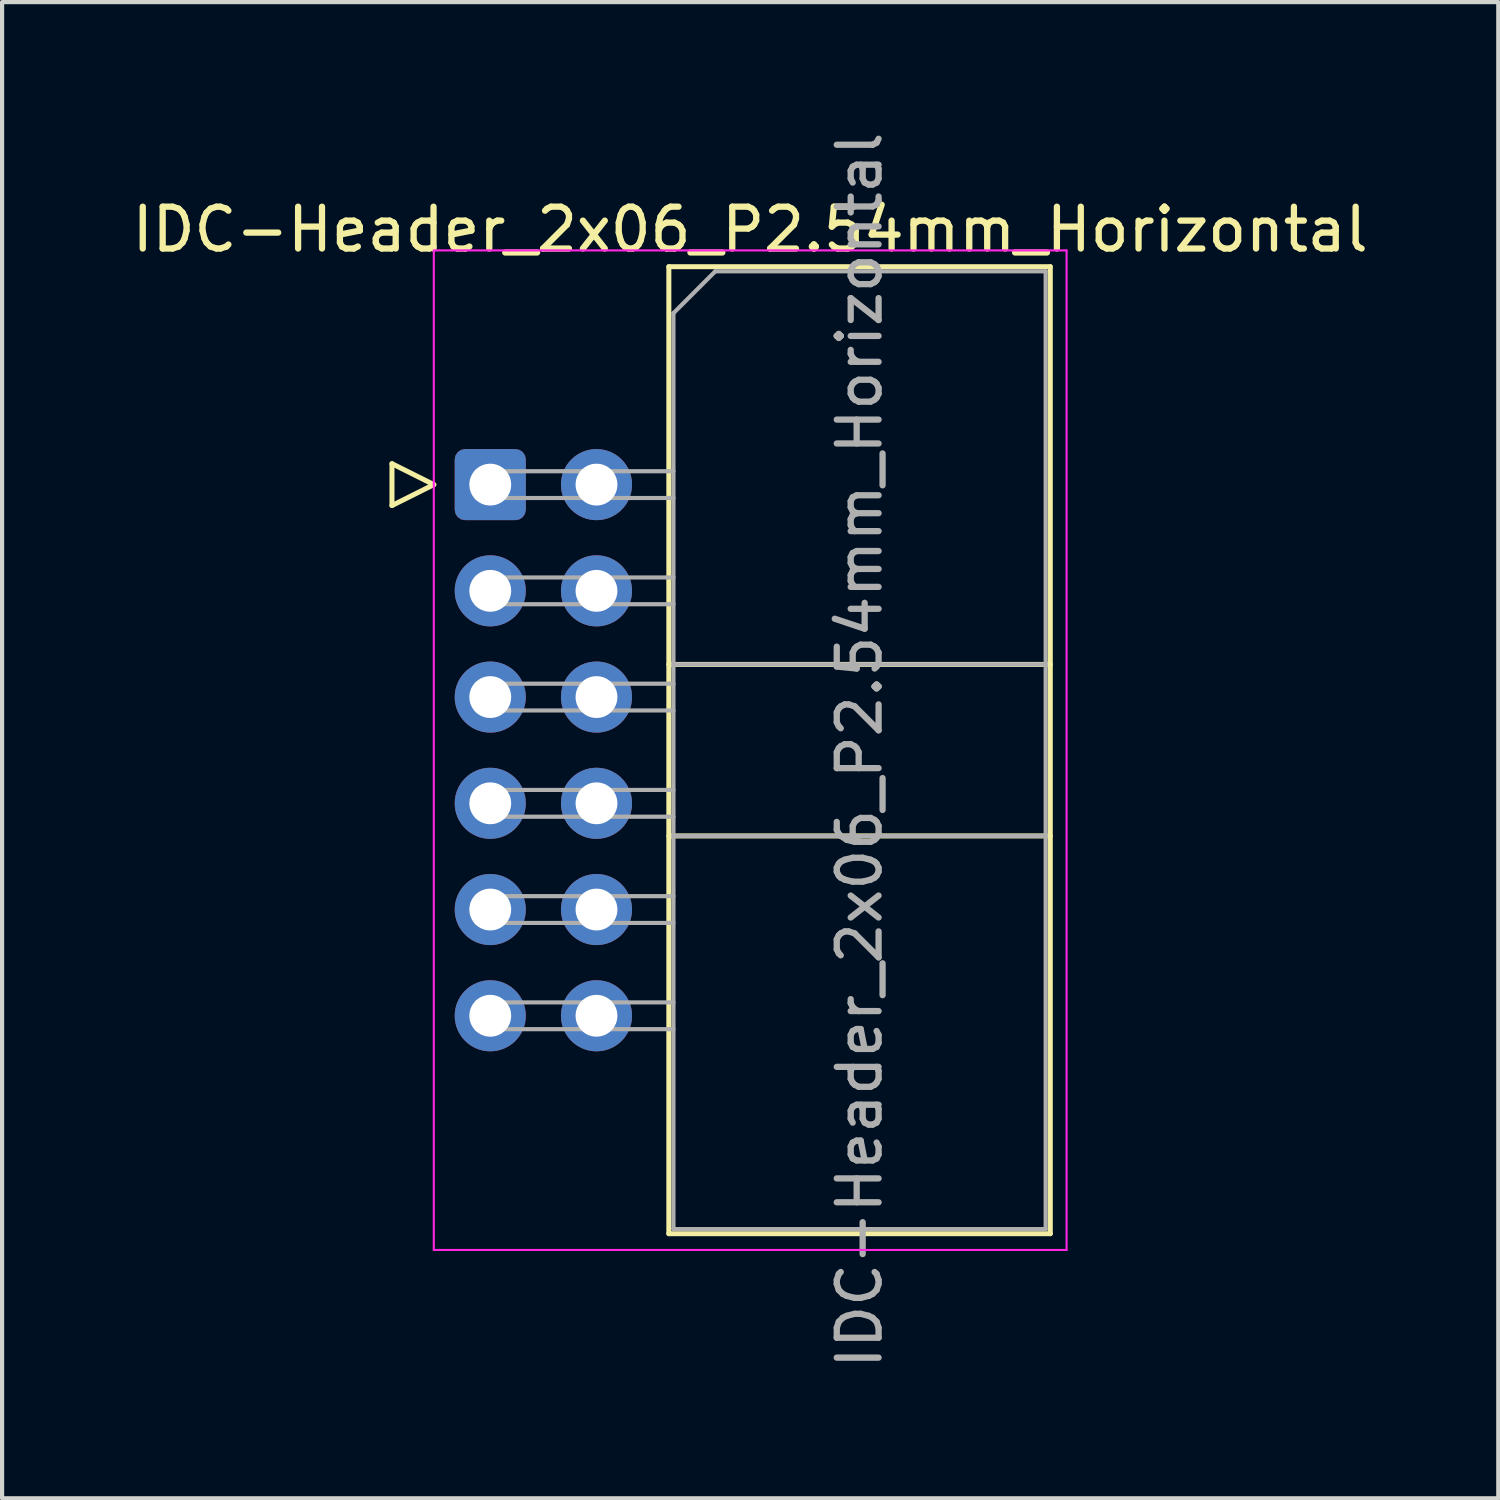
<source format=kicad_pcb>
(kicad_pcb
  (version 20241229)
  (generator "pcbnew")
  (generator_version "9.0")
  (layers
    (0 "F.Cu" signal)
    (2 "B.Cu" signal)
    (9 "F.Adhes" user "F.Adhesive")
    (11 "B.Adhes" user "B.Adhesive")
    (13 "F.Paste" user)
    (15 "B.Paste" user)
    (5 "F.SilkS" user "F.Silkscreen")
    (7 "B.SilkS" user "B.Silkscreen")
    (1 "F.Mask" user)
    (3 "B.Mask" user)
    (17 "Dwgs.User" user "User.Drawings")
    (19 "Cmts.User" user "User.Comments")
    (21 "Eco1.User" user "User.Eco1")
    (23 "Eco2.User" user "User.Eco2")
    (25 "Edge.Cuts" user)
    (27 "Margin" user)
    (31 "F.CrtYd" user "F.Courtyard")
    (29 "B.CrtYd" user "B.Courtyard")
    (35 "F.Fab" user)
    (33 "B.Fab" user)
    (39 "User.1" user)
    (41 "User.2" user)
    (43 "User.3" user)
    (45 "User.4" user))
  (footprint "IDC-Header_2x06_P2.54mm_Horizontal"
    (layer "F.Cu")
    (at 8.672 8.537)
    (property "Reference" "IDC-Header_2x06_P2.54mm_Horizontal" (at 6.215 -6.1 0) (layer "F.SilkS") (effects (font (size 1 1) (thickness 0.15))))
    (attr through_hole)
    (fp_line (start -2.35 -0.5) (end -2.35 0.5) (stroke (width 0.12) (type solid)) (layer "F.SilkS"))
    (fp_line (start -2.35 0.5) (end -1.35 0) (stroke (width 0.12) (type solid)) (layer "F.SilkS"))
    (fp_line (start -1.35 0) (end -2.35 -0.5) (stroke (width 0.12) (type solid)) (layer "F.SilkS"))
    (fp_line (start 4.27 -5.21) (end 13.39 -5.21) (stroke (width 0.12) (type solid)) (layer "F.SilkS"))
    (fp_line (start 4.27 4.3) (end 13.39 4.3) (stroke (width 0.12) (type solid)) (layer "F.SilkS"))
    (fp_line (start 4.27 8.4) (end 13.39 8.4) (stroke (width 0.12) (type solid)) (layer "F.SilkS"))
    (fp_line (start 4.27 17.91) (end 4.27 -5.21) (stroke (width 0.12) (type solid)) (layer "F.SilkS"))
    (fp_line (start 13.39 -5.21) (end 13.39 17.91) (stroke (width 0.12) (type solid)) (layer "F.SilkS"))
    (fp_line (start 13.39 17.91) (end 4.27 17.91) (stroke (width 0.12) (type solid)) (layer "F.SilkS"))
    (fp_line (start -1.35 -5.6) (end -1.35 18.3) (stroke (width 0.05) (type solid)) (layer "F.CrtYd"))
    (fp_line (start -1.35 18.3) (end 13.78 18.3) (stroke (width 0.05) (type solid)) (layer "F.CrtYd"))
    (fp_line (start 13.78 -5.6) (end -1.35 -5.6) (stroke (width 0.05) (type solid)) (layer "F.CrtYd"))
    (fp_line (start 13.78 18.3) (end 13.78 -5.6) (stroke (width 0.05) (type solid)) (layer "F.CrtYd"))
    (fp_line (start -0.32 -0.32) (end -0.32 0.32) (stroke (width 0.1) (type solid)) (layer "F.Fab"))
    (fp_line (start -0.32 0.32) (end 4.38 0.32) (stroke (width 0.1) (type solid)) (layer "F.Fab"))
    (fp_line (start -0.32 2.22) (end -0.32 2.86) (stroke (width 0.1) (type solid)) (layer "F.Fab"))
    (fp_line (start -0.32 2.86) (end 4.38 2.86) (stroke (width 0.1) (type solid)) (layer "F.Fab"))
    (fp_line (start -0.32 4.76) (end -0.32 5.4) (stroke (width 0.1) (type solid)) (layer "F.Fab"))
    (fp_line (start -0.32 5.4) (end 4.38 5.4) (stroke (width 0.1) (type solid)) (layer "F.Fab"))
    (fp_line (start -0.32 7.3) (end -0.32 7.94) (stroke (width 0.1) (type solid)) (layer "F.Fab"))
    (fp_line (start -0.32 7.94) (end 4.38 7.94) (stroke (width 0.1) (type solid)) (layer "F.Fab"))
    (fp_line (start -0.32 9.84) (end -0.32 10.48) (stroke (width 0.1) (type solid)) (layer "F.Fab"))
    (fp_line (start -0.32 10.48) (end 4.38 10.48) (stroke (width 0.1) (type solid)) (layer "F.Fab"))
    (fp_line (start -0.32 12.38) (end -0.32 13.02) (stroke (width 0.1) (type solid)) (layer "F.Fab"))
    (fp_line (start -0.32 13.02) (end 4.38 13.02) (stroke (width 0.1) (type solid)) (layer "F.Fab"))
    (fp_line (start 4.38 -4.1) (end 5.38 -5.1) (stroke (width 0.1) (type solid)) (layer "F.Fab"))
    (fp_line (start 4.38 -0.32) (end -0.32 -0.32) (stroke (width 0.1) (type solid)) (layer "F.Fab"))
    (fp_line (start 4.38 2.22) (end -0.32 2.22) (stroke (width 0.1) (type solid)) (layer "F.Fab"))
    (fp_line (start 4.38 4.3) (end 13.28 4.3) (stroke (width 0.1) (type solid)) (layer "F.Fab"))
    (fp_line (start 4.38 4.76) (end -0.32 4.76) (stroke (width 0.1) (type solid)) (layer "F.Fab"))
    (fp_line (start 4.38 7.3) (end -0.32 7.3) (stroke (width 0.1) (type solid)) (layer "F.Fab"))
    (fp_line (start 4.38 8.4) (end 13.28 8.4) (stroke (width 0.1) (type solid)) (layer "F.Fab"))
    (fp_line (start 4.38 9.84) (end -0.32 9.84) (stroke (width 0.1) (type solid)) (layer "F.Fab"))
    (fp_line (start 4.38 12.38) (end -0.32 12.38) (stroke (width 0.1) (type solid)) (layer "F.Fab"))
    (fp_line (start 4.38 17.8) (end 4.38 -4.1) (stroke (width 0.1) (type solid)) (layer "F.Fab"))
    (fp_line (start 5.38 -5.1) (end 13.28 -5.1) (stroke (width 0.1) (type solid)) (layer "F.Fab"))
    (fp_line (start 13.28 -5.1) (end 13.28 17.8) (stroke (width 0.1) (type solid)) (layer "F.Fab"))
    (fp_line (start 13.28 17.8) (end 4.38 17.8) (stroke (width 0.1) (type solid)) (layer "F.Fab"))
    (fp_text user "${REFERENCE}" (at 8.83 6.35 90) (layer "F.Fab") (effects (font (size 1 1) (thickness 0.15))))
    (pad "1" thru_hole roundrect (at 0 0) (size 1.7 1.7) (drill 1) (layers "*.Cu" "*.Mask") (roundrect_rratio 0.147))
    (pad "2" thru_hole circle (at 2.54 0) (size 1.7 1.7) (drill 1) (layers "*.Cu" "*.Mask"))
    (pad "3" thru_hole circle (at 0 2.54) (size 1.7 1.7) (drill 1) (layers "*.Cu" "*.Mask"))
    (pad "4" thru_hole circle (at 2.54 2.54) (size 1.7 1.7) (drill 1) (layers "*.Cu" "*.Mask"))
    (pad "5" thru_hole circle (at 0 5.08) (size 1.7 1.7) (drill 1) (layers "*.Cu" "*.Mask"))
    (pad "6" thru_hole circle (at 2.54 5.08) (size 1.7 1.7) (drill 1) (layers "*.Cu" "*.Mask"))
    (pad "7" thru_hole circle (at 0 7.62) (size 1.7 1.7) (drill 1) (layers "*.Cu" "*.Mask"))
    (pad "8" thru_hole circle (at 2.54 7.62) (size 1.7 1.7) (drill 1) (layers "*.Cu" "*.Mask"))
    (pad "9" thru_hole circle (at 0 10.16) (size 1.7 1.7) (drill 1) (layers "*.Cu" "*.Mask"))
    (pad "10" thru_hole circle (at 2.54 10.16) (size 1.7 1.7) (drill 1) (layers "*.Cu" "*.Mask"))
    (pad "11" thru_hole circle (at 0 12.7) (size 1.7 1.7) (drill 1) (layers "*.Cu" "*.Mask"))
    (pad "12" thru_hole circle (at 2.54 12.7) (size 1.7 1.7) (drill 1) (layers "*.Cu" "*.Mask")))
  (gr_rect
    (start -3 -3)
    (end 32.774 32.774)
    (stroke (width 0.1) (type default))
    (fill no)
    (layer "Edge.Cuts")))
</source>
